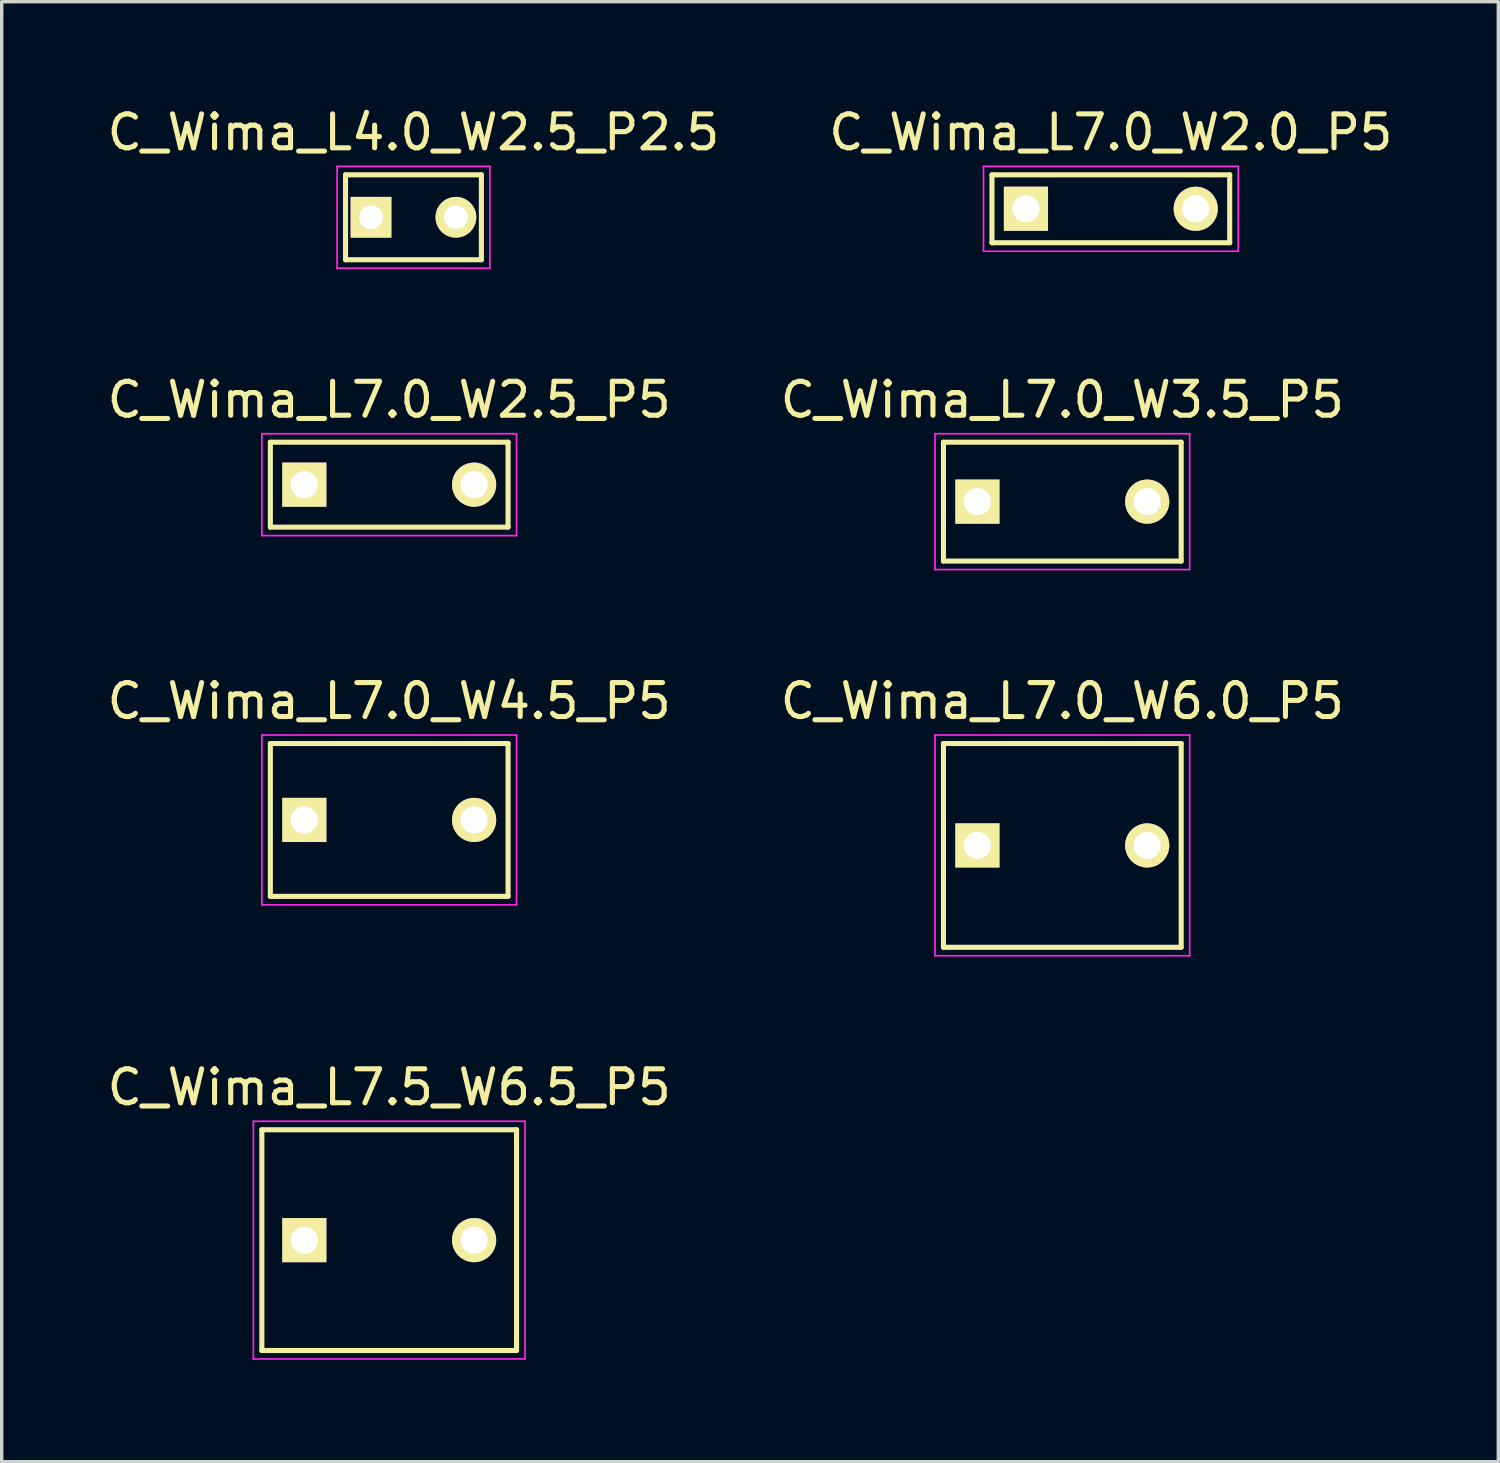
<source format=kicad_pcb>
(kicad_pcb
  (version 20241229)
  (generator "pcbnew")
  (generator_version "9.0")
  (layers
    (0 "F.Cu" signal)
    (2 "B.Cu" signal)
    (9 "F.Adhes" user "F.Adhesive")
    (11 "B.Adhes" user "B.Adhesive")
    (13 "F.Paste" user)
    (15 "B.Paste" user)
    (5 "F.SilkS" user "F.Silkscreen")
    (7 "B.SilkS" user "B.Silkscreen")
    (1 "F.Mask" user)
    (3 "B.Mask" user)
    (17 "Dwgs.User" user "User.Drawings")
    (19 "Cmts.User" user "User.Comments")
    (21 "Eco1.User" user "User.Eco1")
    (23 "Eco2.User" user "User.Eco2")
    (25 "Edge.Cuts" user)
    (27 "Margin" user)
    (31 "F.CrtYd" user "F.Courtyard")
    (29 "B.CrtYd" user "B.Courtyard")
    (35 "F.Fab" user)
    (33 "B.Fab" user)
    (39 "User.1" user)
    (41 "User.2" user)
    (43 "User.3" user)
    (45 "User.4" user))
  (footprint "C_Wima_L7.0_W6.0_P5"
    (layer "F.Cu")
    (at 25.732 21.845)
    (property "Reference" "C_Wima_L7.0_W6.0_P5" (at 2.5 -4.25 0) (layer "F.SilkS") (effects (font (size 1 1) (thickness 0.15))))
    (attr through_hole)
    (fp_line (start -1 -3) (end 6 -3) (stroke (width 0.15) (type solid)) (layer "F.SilkS"))
    (fp_line (start -1 3) (end -1 -3) (stroke (width 0.15) (type solid)) (layer "F.SilkS"))
    (fp_line (start 6 -3) (end 6 3) (stroke (width 0.15) (type solid)) (layer "F.SilkS"))
    (fp_line (start 6 3) (end -1 3) (stroke (width 0.15) (type solid)) (layer "F.SilkS"))
    (fp_line (start -1.25 -3.25) (end 6.25 -3.25) (stroke (width 0.05) (type solid)) (layer "F.CrtYd"))
    (fp_line (start -1.25 3.25) (end -1.25 -3.25) (stroke (width 0.05) (type solid)) (layer "F.CrtYd"))
    (fp_line (start 6.25 -3.25) (end 6.25 3.25) (stroke (width 0.05) (type solid)) (layer "F.CrtYd"))
    (fp_line (start 6.25 3.25) (end -1.25 3.25) (stroke (width 0.05) (type solid)) (layer "F.CrtYd"))
    (pad "1" thru_hole rect (at 0 0) (size 1.3 1.3) (drill 0.8) (layers "*.Cu" "*.Mask" "F.SilkS"))
    (pad "2" thru_hole circle (at 5 0) (size 1.3 1.3) (drill 0.8) (layers "*.Cu" "*.Mask" "F.SilkS")))
  (footprint "C_Wima_L7.5_W6.5_P5"
    (layer "F.Cu")
    (at 5.911 33.468)
    (property "Reference" "C_Wima_L7.5_W6.5_P5" (at 2.5 -4.5 0) (layer "F.SilkS") (effects (font (size 1 1) (thickness 0.15))))
    (attr through_hole)
    (fp_line (start -1.25 -3.25) (end 6.25 -3.25) (stroke (width 0.15) (type solid)) (layer "F.SilkS"))
    (fp_line (start -1.25 3.25) (end -1.25 -3.25) (stroke (width 0.15) (type solid)) (layer "F.SilkS"))
    (fp_line (start 6.25 -3.25) (end 6.25 3.25) (stroke (width 0.15) (type solid)) (layer "F.SilkS"))
    (fp_line (start 6.25 3.25) (end -1.25 3.25) (stroke (width 0.15) (type solid)) (layer "F.SilkS"))
    (fp_line (start -1.5 -3.5) (end 6.5 -3.5) (stroke (width 0.05) (type solid)) (layer "F.CrtYd"))
    (fp_line (start -1.5 3.5) (end -1.5 -3.5) (stroke (width 0.05) (type solid)) (layer "F.CrtYd"))
    (fp_line (start 6.5 -3.5) (end 6.5 3.5) (stroke (width 0.05) (type solid)) (layer "F.CrtYd"))
    (fp_line (start 6.5 3.5) (end -1.5 3.5) (stroke (width 0.05) (type solid)) (layer "F.CrtYd"))
    (pad "1" thru_hole rect (at 0 0) (size 1.3 1.3) (drill 0.8) (layers "*.Cu" "*.Mask" "F.SilkS"))
    (pad "2" thru_hole circle (at 5 0) (size 1.3 1.3) (drill 0.8) (layers "*.Cu" "*.Mask" "F.SilkS")))
  (footprint "C_Wima_L7.0_W2.0_P5"
    (layer "F.Cu")
    (at 27.161 3.098)
    (property "Reference" "C_Wima_L7.0_W2.0_P5" (at 2.5 -2.25 0) (layer "F.SilkS") (effects (font (size 1 1) (thickness 0.15))))
    (attr through_hole)
    (fp_line (start -1 -1) (end 6 -1) (stroke (width 0.15) (type solid)) (layer "F.SilkS"))
    (fp_line (start -1 1) (end -1 -1) (stroke (width 0.15) (type solid)) (layer "F.SilkS"))
    (fp_line (start 6 -1) (end 6 1) (stroke (width 0.15) (type solid)) (layer "F.SilkS"))
    (fp_line (start 6 1) (end -1 1) (stroke (width 0.15) (type solid)) (layer "F.SilkS"))
    (fp_line (start -1.25 -1.25) (end 6.25 -1.25) (stroke (width 0.05) (type solid)) (layer "F.CrtYd"))
    (fp_line (start -1.25 1.25) (end -1.25 -1.25) (stroke (width 0.05) (type solid)) (layer "F.CrtYd"))
    (fp_line (start 6.25 -1.25) (end 6.25 1.25) (stroke (width 0.05) (type solid)) (layer "F.CrtYd"))
    (fp_line (start 6.25 1.25) (end -1.25 1.25) (stroke (width 0.05) (type solid)) (layer "F.CrtYd"))
    (pad "1" thru_hole rect (at 0 0) (size 1.3 1.3) (drill 0.8) (layers "*.Cu" "*.Mask" "F.SilkS"))
    (pad "2" thru_hole circle (at 5 0) (size 1.3 1.3) (drill 0.8) (layers "*.Cu" "*.Mask" "F.SilkS")))
  (footprint "C_Wima_L7.0_W3.5_P5"
    (layer "F.Cu")
    (at 25.732 11.722)
    (property "Reference" "C_Wima_L7.0_W3.5_P5" (at 2.5 -3 0) (layer "F.SilkS") (effects (font (size 1 1) (thickness 0.15))))
    (attr through_hole)
    (fp_line (start -1 -1.75) (end 6 -1.75) (stroke (width 0.15) (type solid)) (layer "F.SilkS"))
    (fp_line (start -1 1.75) (end -1 -1.75) (stroke (width 0.15) (type solid)) (layer "F.SilkS"))
    (fp_line (start 6 -1.75) (end 6 1.75) (stroke (width 0.15) (type solid)) (layer "F.SilkS"))
    (fp_line (start 6 1.75) (end -1 1.75) (stroke (width 0.15) (type solid)) (layer "F.SilkS"))
    (fp_line (start -1.25 -2) (end 6.25 -2) (stroke (width 0.05) (type solid)) (layer "F.CrtYd"))
    (fp_line (start -1.25 2) (end -1.25 -2) (stroke (width 0.05) (type solid)) (layer "F.CrtYd"))
    (fp_line (start 6.25 -2) (end 6.25 2) (stroke (width 0.05) (type solid)) (layer "F.CrtYd"))
    (fp_line (start 6.25 2) (end -1.25 2) (stroke (width 0.05) (type solid)) (layer "F.CrtYd"))
    (pad "1" thru_hole rect (at 0 0) (size 1.3 1.3) (drill 0.8) (layers "*.Cu" "*.Mask" "F.SilkS"))
    (pad "2" thru_hole circle (at 5 0) (size 1.3 1.3) (drill 0.8) (layers "*.Cu" "*.Mask" "F.SilkS")))
  (footprint "C_Wima_L4.0_W2.5_P2.5"
    (layer "F.Cu")
    (at 7.875 3.348)
    (property "Reference" "C_Wima_L4.0_W2.5_P2.5" (at 1.25 -2.5 0) (layer "F.SilkS") (effects (font (size 1 1) (thickness 0.15))))
    (attr through_hole)
    (fp_line (start -0.75 -1.25) (end 3.25 -1.25) (stroke (width 0.15) (type solid)) (layer "F.SilkS"))
    (fp_line (start -0.75 1.25) (end -0.75 -1.25) (stroke (width 0.15) (type solid)) (layer "F.SilkS"))
    (fp_line (start -0.75 1.25) (end 3.25 1.25) (stroke (width 0.15) (type solid)) (layer "F.SilkS"))
    (fp_line (start 3.25 -1.25) (end 3.25 1.25) (stroke (width 0.15) (type solid)) (layer "F.SilkS"))
    (fp_line (start -1 -1.5) (end 3.5 -1.5) (stroke (width 0.05) (type solid)) (layer "F.CrtYd"))
    (fp_line (start -1 1.5) (end -1 -1.5) (stroke (width 0.05) (type solid)) (layer "F.CrtYd"))
    (fp_line (start 3.5 -1.5) (end 3.5 1.5) (stroke (width 0.05) (type solid)) (layer "F.CrtYd"))
    (fp_line (start 3.5 1.5) (end -1 1.5) (stroke (width 0.05) (type solid)) (layer "F.CrtYd"))
    (pad "1" thru_hole rect (at 0 0) (size 1.2 1.2) (drill 0.7) (layers "*.Cu" "*.Mask" "F.SilkS"))
    (pad "2" thru_hole circle (at 2.5 0) (size 1.2 1.2) (drill 0.7) (layers "*.Cu" "*.Mask" "F.SilkS")))
  (footprint "C_Wima_L7.0_W2.5_P5"
    (layer "F.Cu")
    (at 5.911 11.222)
    (property "Reference" "C_Wima_L7.0_W2.5_P5" (at 2.5 -2.5 0) (layer "F.SilkS") (effects (font (size 1 1) (thickness 0.15))))
    (attr through_hole)
    (fp_line (start -1 -1.25) (end 6 -1.25) (stroke (width 0.15) (type solid)) (layer "F.SilkS"))
    (fp_line (start -1 1.25) (end -1 -1.25) (stroke (width 0.15) (type solid)) (layer "F.SilkS"))
    (fp_line (start 6 -1.25) (end 6 1.25) (stroke (width 0.15) (type solid)) (layer "F.SilkS"))
    (fp_line (start 6 1.25) (end -1 1.25) (stroke (width 0.15) (type solid)) (layer "F.SilkS"))
    (fp_line (start -1.25 -1.5) (end 6.25 -1.5) (stroke (width 0.05) (type solid)) (layer "F.CrtYd"))
    (fp_line (start -1.25 1.5) (end -1.25 -1.5) (stroke (width 0.05) (type solid)) (layer "F.CrtYd"))
    (fp_line (start 6.25 -1.5) (end 6.25 1.5) (stroke (width 0.05) (type solid)) (layer "F.CrtYd"))
    (fp_line (start 6.25 1.5) (end -1.25 1.5) (stroke (width 0.05) (type solid)) (layer "F.CrtYd"))
    (pad "1" thru_hole rect (at 0 0) (size 1.3 1.3) (drill 0.8) (layers "*.Cu" "*.Mask" "F.SilkS"))
    (pad "2" thru_hole circle (at 5 0) (size 1.3 1.3) (drill 0.8) (layers "*.Cu" "*.Mask" "F.SilkS")))
  (footprint "C_Wima_L7.0_W4.5_P5"
    (layer "F.Cu")
    (at 5.911 21.095)
    (property "Reference" "C_Wima_L7.0_W4.5_P5" (at 2.5 -3.5 0) (layer "F.SilkS") (effects (font (size 1 1) (thickness 0.15))))
    (attr through_hole)
    (fp_line (start -1 -2.25) (end 6 -2.25) (stroke (width 0.15) (type solid)) (layer "F.SilkS"))
    (fp_line (start -1 2.25) (end -1 -2.25) (stroke (width 0.15) (type solid)) (layer "F.SilkS"))
    (fp_line (start 6 -2.25) (end 6 2.25) (stroke (width 0.15) (type solid)) (layer "F.SilkS"))
    (fp_line (start 6 2.25) (end -1 2.25) (stroke (width 0.15) (type solid)) (layer "F.SilkS"))
    (fp_line (start -1.25 -2.5) (end 6.25 -2.5) (stroke (width 0.05) (type solid)) (layer "F.CrtYd"))
    (fp_line (start -1.25 2.5) (end -1.25 -2.5) (stroke (width 0.05) (type solid)) (layer "F.CrtYd"))
    (fp_line (start 6.25 -2.5) (end 6.25 2.5) (stroke (width 0.05) (type solid)) (layer "F.CrtYd"))
    (fp_line (start 6.25 2.5) (end -1.25 2.5) (stroke (width 0.05) (type solid)) (layer "F.CrtYd"))
    (pad "1" thru_hole rect (at 0 0) (size 1.3 1.3) (drill 0.8) (layers "*.Cu" "*.Mask" "F.SilkS"))
    (pad "2" thru_hole circle (at 5 0) (size 1.3 1.3) (drill 0.8) (layers "*.Cu" "*.Mask" "F.SilkS")))
  (gr_rect
    (start -3 -3)
    (end 41.071 39.993)
    (stroke (width 0.1) (type default))
    (fill no)
    (layer "Edge.Cuts")))
</source>
